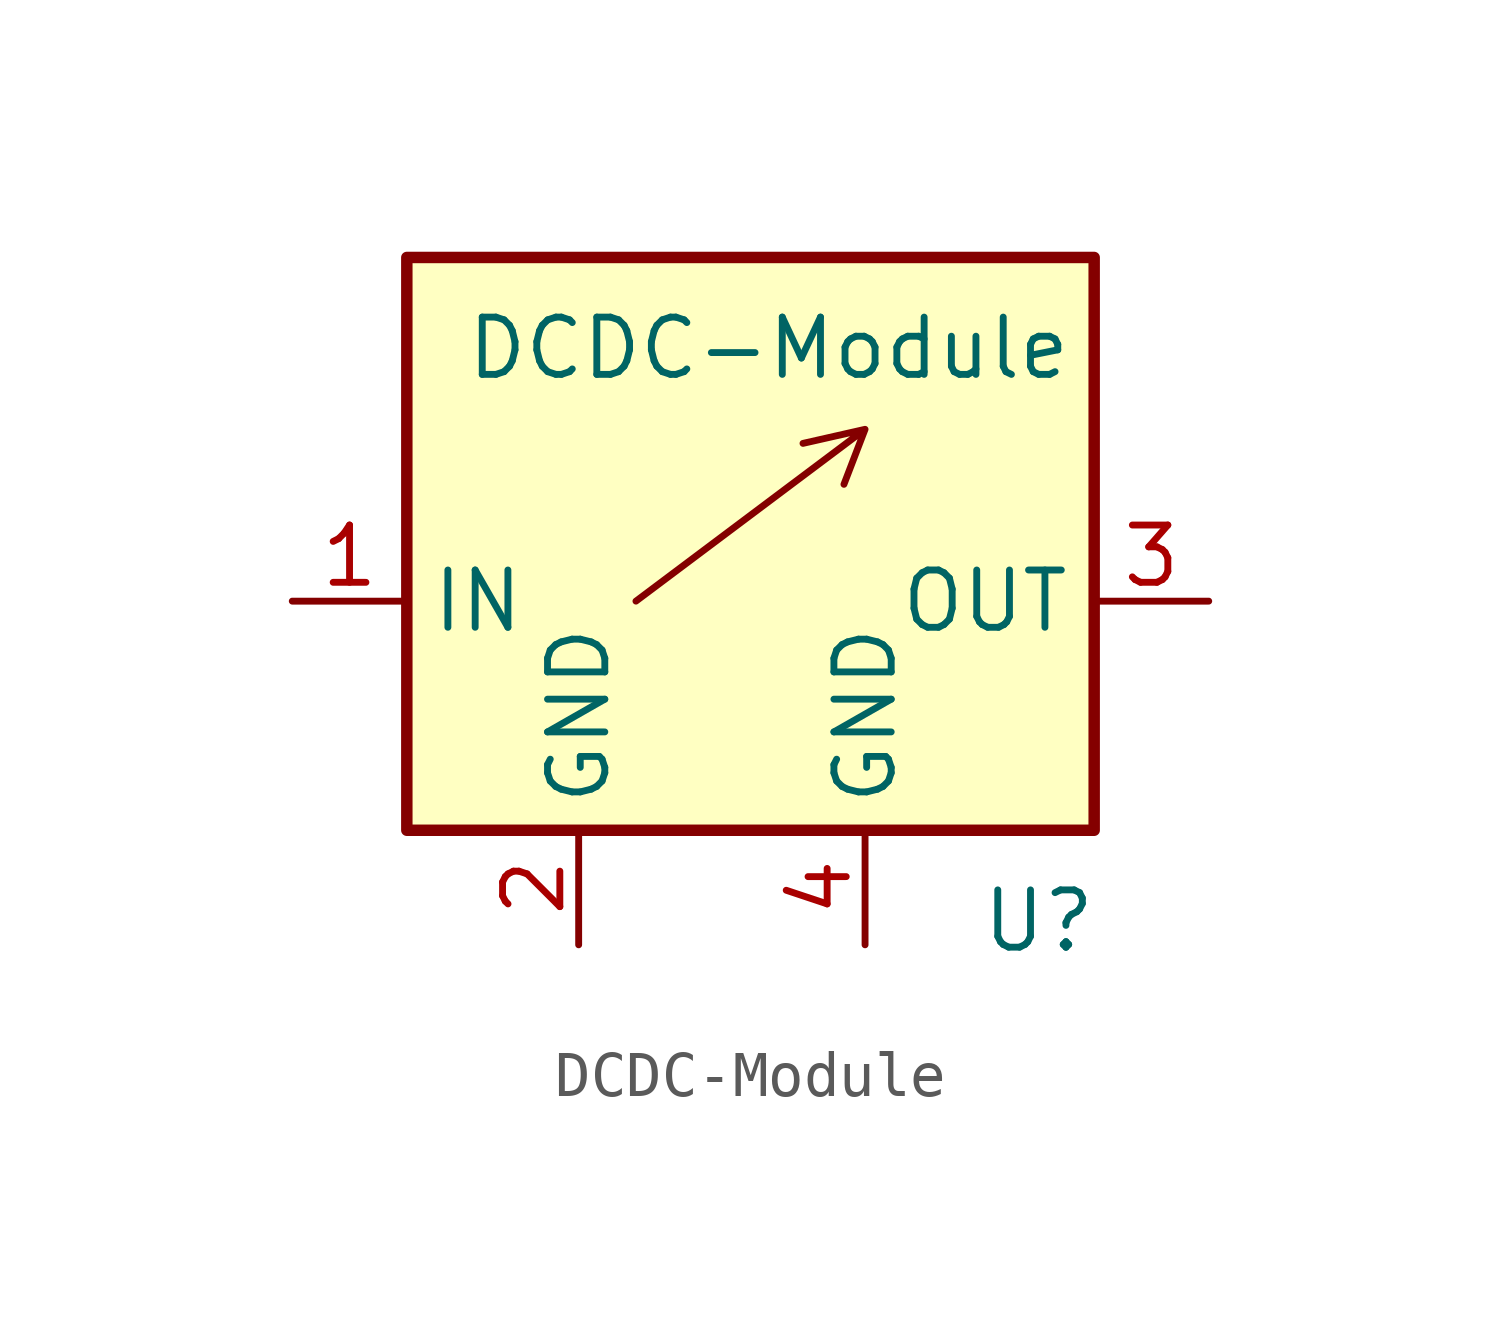
<source format=kicad_sym>
(kicad_symbol_lib
  (version 20211014)
  (generator kicad_symbol_editor)
  (symbol "DCDC-Module"
    (property "Reference" "U"
      (at 5.08 -7.62 0)
      (effects (font (size 1.27 1.27)) (justify left top)))
    (property "Value" "DCDC-Module"
      (at -6.35 5.08 0)
      (effects (font (size 1.27 1.27)) (justify left top)))
    (symbol "DCDC-Module_0_1"
      (rectangle (start -7.62 6.35) (end 7.62 -6.35) (stroke (width 0.254) (type default) (color 0 0 0 0)) (fill (type background)))
      (polyline (pts (xy -2.54 -1.27) (xy 2.54 2.54) (xy 2.072 1.32) (xy 2.54 2.54) (xy 1.164 2.228)) (stroke (width 0.152) (type default) (color 0 0 0 0)) (fill (type none))))
    (symbol "DCDC-Module_1_1"
      (pin input line (at -10.16 -1.27 0) (length 2.54) (name "IN" (effects (font (size 1.27 1.27)))) (number "1" (effects (font (size 1.27 1.27)))))
      (pin power_in line (at -3.81 -8.89 90) (length 2.54) (name "GND" (effects (font (size 1.27 1.27)))) (number "2" (effects (font (size 1.27 1.27)))))
      (pin power_out line (at 10.16 -1.27 180) (length 2.54) (name "OUT" (effects (font (size 1.27 1.27)))) (number "3" (effects (font (size 1.27 1.27)))))
      (pin power_in line (at 2.54 -8.89 90) (length 2.54) (name "GND" (effects (font (size 1.27 1.27)))) (number "4" (effects (font (size 1.27 1.27))))))))
</source>
